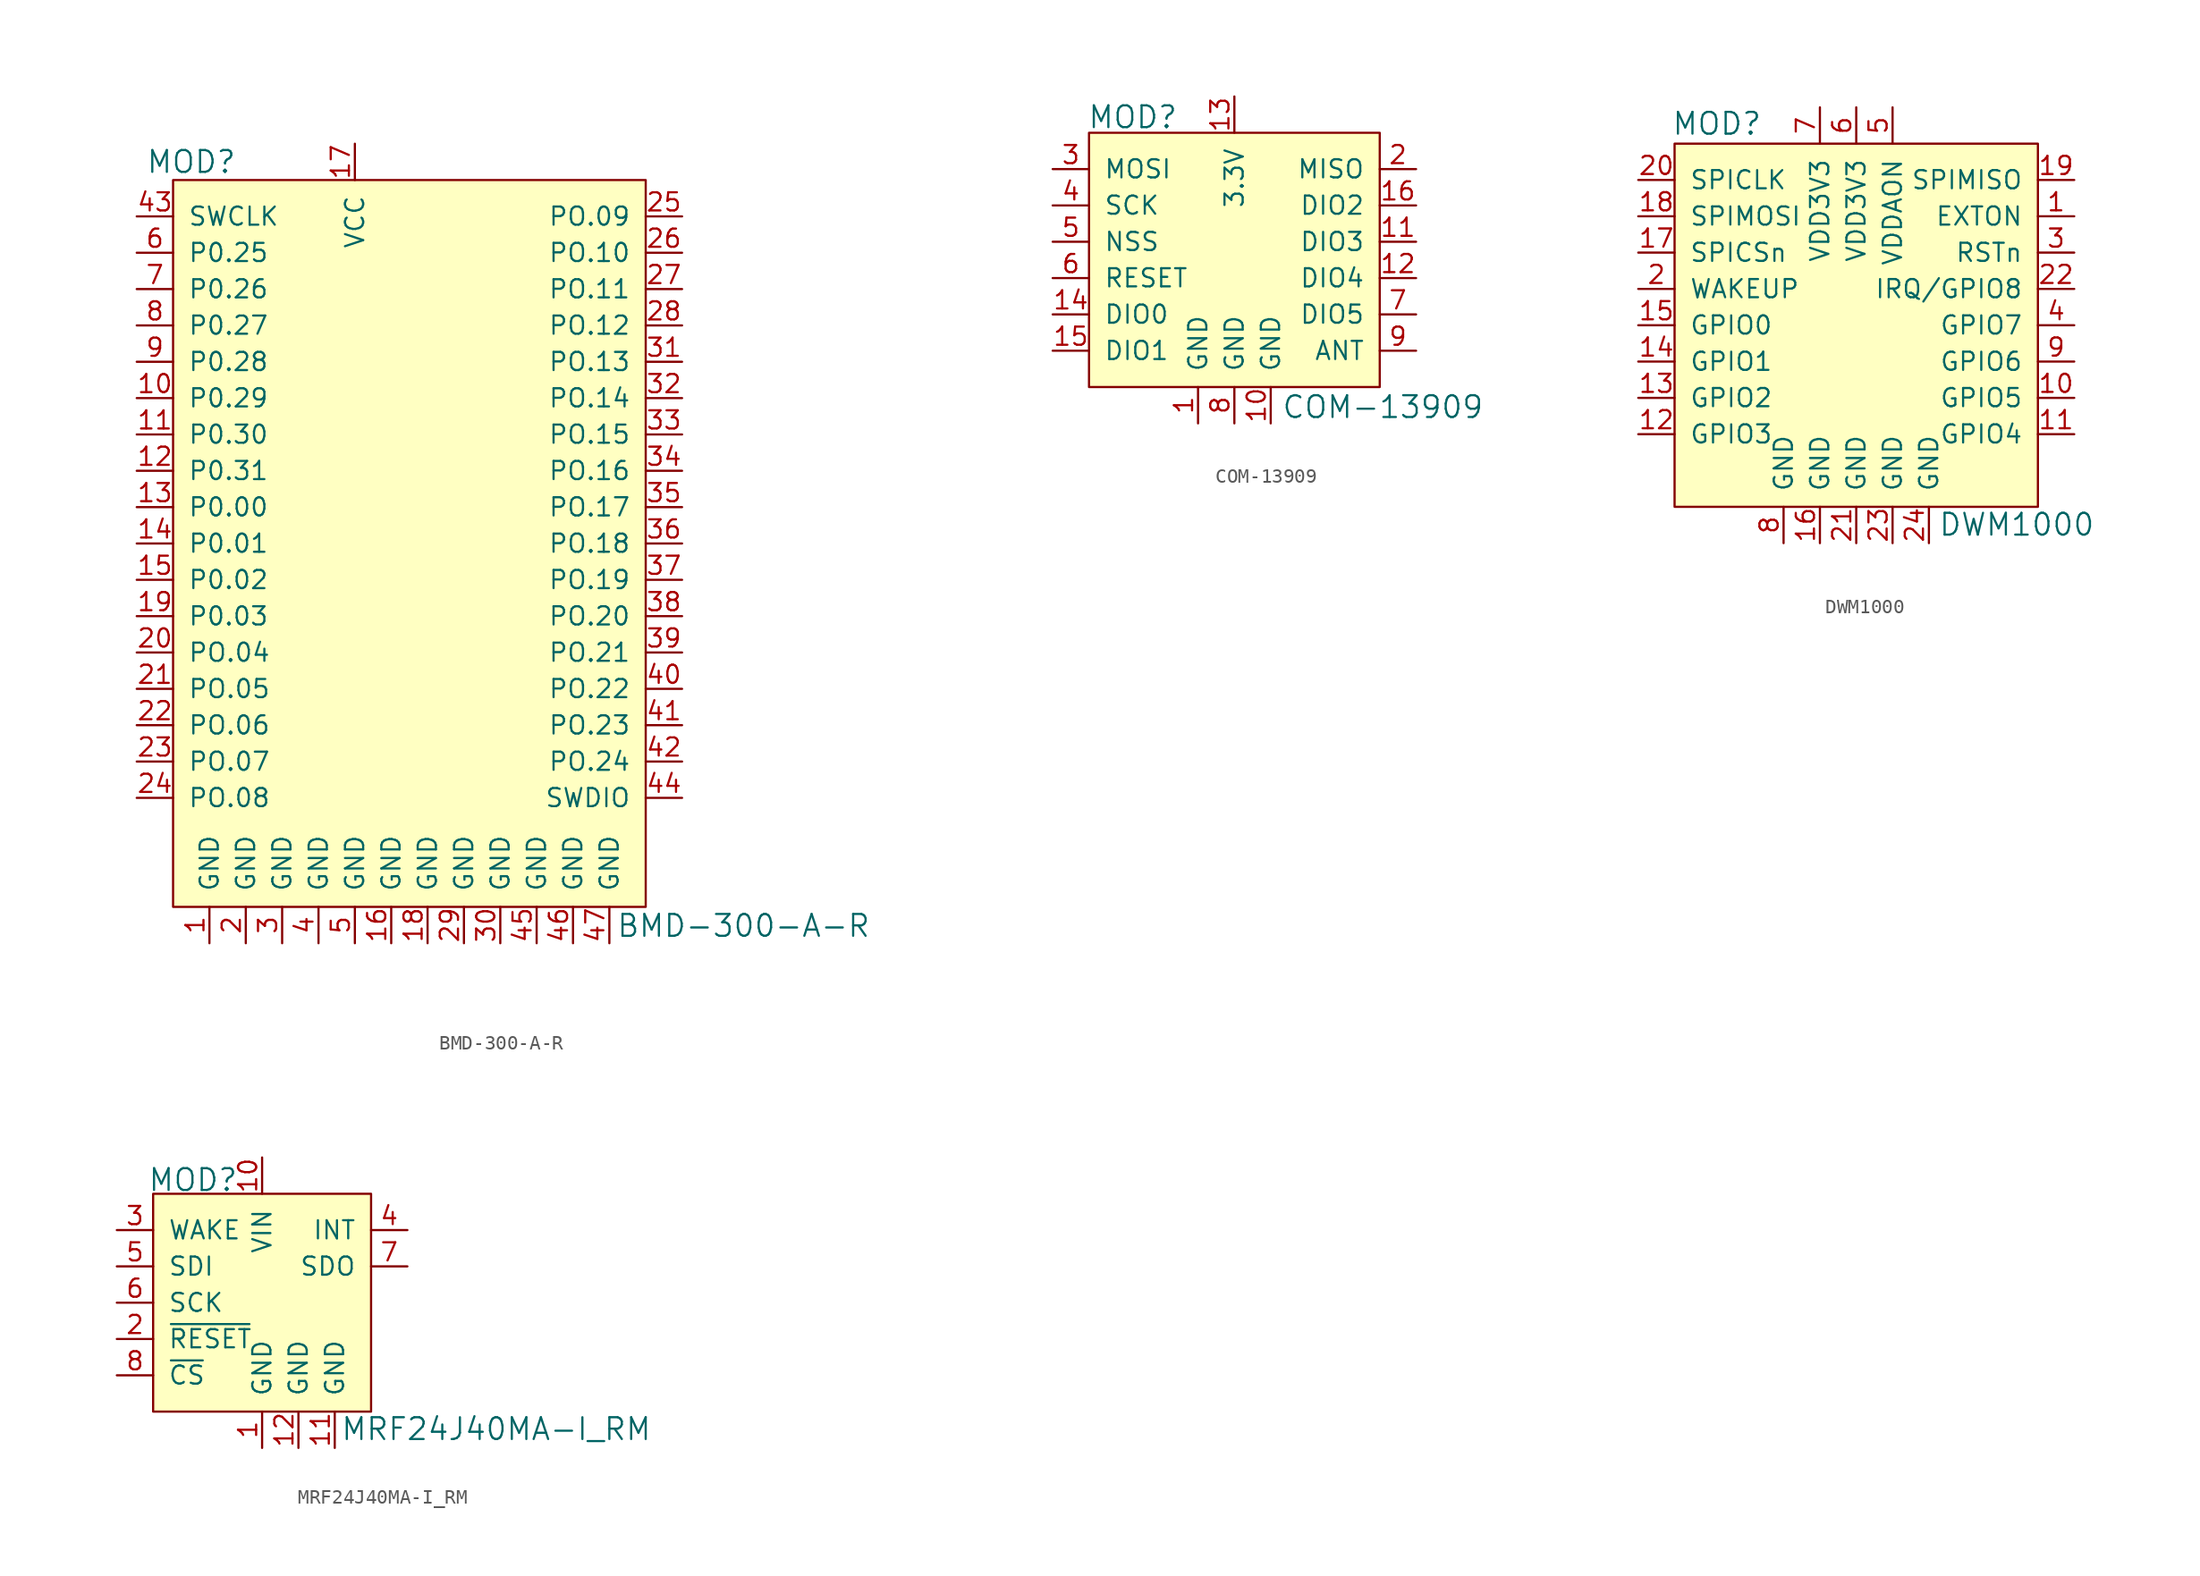
<source format=kicad_sym>
(kicad_symbol_lib
  (version 20211014)
  (generator kicad_symbol_editor)
  (symbol "BMD-300-A-R"
    (pin_names
      (offset 1.016))
    (property "Reference" "MOD"
      (at -13.97 29.21 0)
      (effects (font (size 1.524 1.524))))
    (property "Value" "BMD-300-A-R"
      (at 15.697 -24.181 0)
      (effects (font (size 1.524 1.524)) (justify left)))
    (symbol "BMD-300-A-R_0_1"
      (rectangle (start -15.24 27.94) (end 17.78 -22.86) (stroke (width 0) (type default) (color 0 0 0 0)) (fill (type background))))
    (symbol "BMD-300-A-R_1_1"
      (pin power_in line (at -12.7 -25.4 90) (length 2.54) (name "GND" (effects (font (size 1.27 1.27)))) (number "1" (effects (font (size 1.27 1.27)))))
      (pin bidirectional line (at -17.78 12.7 0) (length 2.54) (name "P0.29" (effects (font (size 1.27 1.27)))) (number "10" (effects (font (size 1.27 1.27)))))
      (pin bidirectional line (at -17.78 10.16 0) (length 2.54) (name "P0.30" (effects (font (size 1.27 1.27)))) (number "11" (effects (font (size 1.27 1.27)))))
      (pin bidirectional line (at -17.78 7.62 0) (length 2.54) (name "P0.31" (effects (font (size 1.27 1.27)))) (number "12" (effects (font (size 1.27 1.27)))))
      (pin bidirectional line (at -17.78 5.08 0) (length 2.54) (name "P0.00" (effects (font (size 1.27 1.27)))) (number "13" (effects (font (size 1.27 1.27)))))
      (pin bidirectional line (at -17.78 2.54 0) (length 2.54) (name "P0.01" (effects (font (size 1.27 1.27)))) (number "14" (effects (font (size 1.27 1.27)))))
      (pin bidirectional line (at -17.78 0 0) (length 2.54) (name "P0.02" (effects (font (size 1.27 1.27)))) (number "15" (effects (font (size 1.27 1.27)))))
      (pin power_in line (at 0 -25.4 90) (length 2.54) (name "GND" (effects (font (size 1.27 1.27)))) (number "16" (effects (font (size 1.27 1.27)))))
      (pin power_in line (at -2.54 30.48 270) (length 2.54) (name "VCC" (effects (font (size 1.27 1.27)))) (number "17" (effects (font (size 1.27 1.27)))))
      (pin power_in line (at 2.54 -25.4 90) (length 2.54) (name "GND" (effects (font (size 1.27 1.27)))) (number "18" (effects (font (size 1.27 1.27)))))
      (pin bidirectional line (at -17.78 -2.54 0) (length 2.54) (name "P0.03" (effects (font (size 1.27 1.27)))) (number "19" (effects (font (size 1.27 1.27)))))
      (pin power_in line (at -10.16 -25.4 90) (length 2.54) (name "GND" (effects (font (size 1.27 1.27)))) (number "2" (effects (font (size 1.27 1.27)))))
      (pin bidirectional line (at -17.78 -5.08 0) (length 2.54) (name "PO.04" (effects (font (size 1.27 1.27)))) (number "20" (effects (font (size 1.27 1.27)))))
      (pin bidirectional line (at -17.78 -7.62 0) (length 2.54) (name "PO.05" (effects (font (size 1.27 1.27)))) (number "21" (effects (font (size 1.27 1.27)))))
      (pin bidirectional line (at -17.78 -10.16 0) (length 2.54) (name "PO.06" (effects (font (size 1.27 1.27)))) (number "22" (effects (font (size 1.27 1.27)))))
      (pin bidirectional line (at -17.78 -12.7 0) (length 2.54) (name "PO.07" (effects (font (size 1.27 1.27)))) (number "23" (effects (font (size 1.27 1.27)))))
      (pin bidirectional line (at -17.78 -15.24 0) (length 2.54) (name "PO.08" (effects (font (size 1.27 1.27)))) (number "24" (effects (font (size 1.27 1.27)))))
      (pin bidirectional line (at 20.32 25.4 180) (length 2.54) (name "PO.09" (effects (font (size 1.27 1.27)))) (number "25" (effects (font (size 1.27 1.27)))))
      (pin bidirectional line (at 20.32 22.86 180) (length 2.54) (name "PO.10" (effects (font (size 1.27 1.27)))) (number "26" (effects (font (size 1.27 1.27)))))
      (pin bidirectional line (at 20.32 20.32 180) (length 2.54) (name "PO.11" (effects (font (size 1.27 1.27)))) (number "27" (effects (font (size 1.27 1.27)))))
      (pin bidirectional line (at 20.32 17.78 180) (length 2.54) (name "PO.12" (effects (font (size 1.27 1.27)))) (number "28" (effects (font (size 1.27 1.27)))))
      (pin power_in line (at 5.08 -25.4 90) (length 2.54) (name "GND" (effects (font (size 1.27 1.27)))) (number "29" (effects (font (size 1.27 1.27)))))
      (pin power_in line (at -7.62 -25.4 90) (length 2.54) (name "GND" (effects (font (size 1.27 1.27)))) (number "3" (effects (font (size 1.27 1.27)))))
      (pin power_in line (at 7.62 -25.4 90) (length 2.54) (name "GND" (effects (font (size 1.27 1.27)))) (number "30" (effects (font (size 1.27 1.27)))))
      (pin bidirectional line (at 20.32 15.24 180) (length 2.54) (name "PO.13" (effects (font (size 1.27 1.27)))) (number "31" (effects (font (size 1.27 1.27)))))
      (pin bidirectional line (at 20.32 12.7 180) (length 2.54) (name "PO.14" (effects (font (size 1.27 1.27)))) (number "32" (effects (font (size 1.27 1.27)))))
      (pin bidirectional line (at 20.32 10.16 180) (length 2.54) (name "PO.15" (effects (font (size 1.27 1.27)))) (number "33" (effects (font (size 1.27 1.27)))))
      (pin bidirectional line (at 20.32 7.62 180) (length 2.54) (name "PO.16" (effects (font (size 1.27 1.27)))) (number "34" (effects (font (size 1.27 1.27)))))
      (pin bidirectional line (at 20.32 5.08 180) (length 2.54) (name "PO.17" (effects (font (size 1.27 1.27)))) (number "35" (effects (font (size 1.27 1.27)))))
      (pin bidirectional line (at 20.32 2.54 180) (length 2.54) (name "PO.18" (effects (font (size 1.27 1.27)))) (number "36" (effects (font (size 1.27 1.27)))))
      (pin bidirectional line (at 20.32 0 180) (length 2.54) (name "PO.19" (effects (font (size 1.27 1.27)))) (number "37" (effects (font (size 1.27 1.27)))))
      (pin bidirectional line (at 20.32 -2.54 180) (length 2.54) (name "PO.20" (effects (font (size 1.27 1.27)))) (number "38" (effects (font (size 1.27 1.27)))))
      (pin bidirectional line (at 20.32 -5.08 180) (length 2.54) (name "PO.21" (effects (font (size 1.27 1.27)))) (number "39" (effects (font (size 1.27 1.27)))))
      (pin power_in line (at -5.08 -25.4 90) (length 2.54) (name "GND" (effects (font (size 1.27 1.27)))) (number "4" (effects (font (size 1.27 1.27)))))
      (pin bidirectional line (at 20.32 -7.62 180) (length 2.54) (name "PO.22" (effects (font (size 1.27 1.27)))) (number "40" (effects (font (size 1.27 1.27)))))
      (pin bidirectional line (at 20.32 -10.16 180) (length 2.54) (name "PO.23" (effects (font (size 1.27 1.27)))) (number "41" (effects (font (size 1.27 1.27)))))
      (pin bidirectional line (at 20.32 -12.7 180) (length 2.54) (name "PO.24" (effects (font (size 1.27 1.27)))) (number "42" (effects (font (size 1.27 1.27)))))
      (pin input line (at -17.78 25.4 0) (length 2.54) (name "SWCLK" (effects (font (size 1.27 1.27)))) (number "43" (effects (font (size 1.27 1.27)))))
      (pin bidirectional line (at 20.32 -15.24 180) (length 2.54) (name "SWDIO" (effects (font (size 1.27 1.27)))) (number "44" (effects (font (size 1.27 1.27)))))
      (pin power_in line (at 10.16 -25.4 90) (length 2.54) (name "GND" (effects (font (size 1.27 1.27)))) (number "45" (effects (font (size 1.27 1.27)))))
      (pin power_in line (at 12.7 -25.4 90) (length 2.54) (name "GND" (effects (font (size 1.27 1.27)))) (number "46" (effects (font (size 1.27 1.27)))))
      (pin power_in line (at 15.24 -25.4 90) (length 2.54) (name "GND" (effects (font (size 1.27 1.27)))) (number "47" (effects (font (size 1.27 1.27)))))
      (pin power_in line (at -2.54 -25.4 90) (length 2.54) (name "GND" (effects (font (size 1.27 1.27)))) (number "5" (effects (font (size 1.27 1.27)))))
      (pin bidirectional line (at -17.78 22.86 0) (length 2.54) (name "P0.25" (effects (font (size 1.27 1.27)))) (number "6" (effects (font (size 1.27 1.27)))))
      (pin bidirectional line (at -17.78 20.32 0) (length 2.54) (name "P0.26" (effects (font (size 1.27 1.27)))) (number "7" (effects (font (size 1.27 1.27)))))
      (pin bidirectional line (at -17.78 17.78 0) (length 2.54) (name "P0.27" (effects (font (size 1.27 1.27)))) (number "8" (effects (font (size 1.27 1.27)))))
      (pin bidirectional line (at -17.78 15.24 0) (length 2.54) (name "P0.28" (effects (font (size 1.27 1.27)))) (number "9" (effects (font (size 1.27 1.27)))))))
  (symbol "COM-13909"
    (pin_names
      (offset 1.016))
    (property "Reference" "MOD"
      (at -10.287 13.792 0)
      (effects (font (size 1.524 1.524)) (justify left)))
    (property "Value" "COM-13909"
      (at 3.277 -6.477 0)
      (effects (font (size 1.524 1.524)) (justify left)))
    (symbol "COM-13909_1_1"
      (rectangle (start -10.16 12.7) (end 10.16 -5.08) (stroke (width 0) (type default) (color 0 0 0 0)) (fill (type background)))
      (pin power_in line (at -2.54 -7.62 90) (length 2.54) (name "GND" (effects (font (size 1.27 1.27)))) (number "1" (effects (font (size 1.27 1.27)))))
      (pin power_in line (at 2.54 -7.62 90) (length 2.54) (name "GND" (effects (font (size 1.27 1.27)))) (number "10" (effects (font (size 1.27 1.27)))))
      (pin bidirectional line (at 12.7 5.08 180) (length 2.54) (name "DIO3" (effects (font (size 1.27 1.27)))) (number "11" (effects (font (size 1.27 1.27)))))
      (pin bidirectional line (at 12.7 2.54 180) (length 2.54) (name "DIO4" (effects (font (size 1.27 1.27)))) (number "12" (effects (font (size 1.27 1.27)))))
      (pin power_in line (at 0 15.24 270) (length 2.54) (name "3.3V" (effects (font (size 1.27 1.27)))) (number "13" (effects (font (size 1.27 1.27)))))
      (pin bidirectional line (at -12.7 0 0) (length 2.54) (name "DIO0" (effects (font (size 1.27 1.27)))) (number "14" (effects (font (size 1.27 1.27)))))
      (pin bidirectional line (at -12.7 -2.54 0) (length 2.54) (name "DIO1" (effects (font (size 1.27 1.27)))) (number "15" (effects (font (size 1.27 1.27)))))
      (pin bidirectional line (at 12.7 7.62 180) (length 2.54) (name "DIO2" (effects (font (size 1.27 1.27)))) (number "16" (effects (font (size 1.27 1.27)))))
      (pin output line (at 12.7 10.16 180) (length 2.54) (name "MISO" (effects (font (size 1.27 1.27)))) (number "2" (effects (font (size 1.27 1.27)))))
      (pin input line (at -12.7 10.16 0) (length 2.54) (name "MOSI" (effects (font (size 1.27 1.27)))) (number "3" (effects (font (size 1.27 1.27)))))
      (pin input line (at -12.7 7.62 0) (length 2.54) (name "SCK" (effects (font (size 1.27 1.27)))) (number "4" (effects (font (size 1.27 1.27)))))
      (pin input line (at -12.7 5.08 0) (length 2.54) (name "NSS" (effects (font (size 1.27 1.27)))) (number "5" (effects (font (size 1.27 1.27)))))
      (pin input line (at -12.7 2.54 0) (length 2.54) (name "RESET" (effects (font (size 1.27 1.27)))) (number "6" (effects (font (size 1.27 1.27)))))
      (pin bidirectional line (at 12.7 0 180) (length 2.54) (name "DIO5" (effects (font (size 1.27 1.27)))) (number "7" (effects (font (size 1.27 1.27)))))
      (pin power_in line (at 0 -7.62 90) (length 2.54) (name "GND" (effects (font (size 1.27 1.27)))) (number "8" (effects (font (size 1.27 1.27)))))
      (pin bidirectional line (at 12.7 -2.54 180) (length 2.54) (name "ANT" (effects (font (size 1.27 1.27)))) (number "9" (effects (font (size 1.27 1.27)))))))
  (symbol "DWM1000"
    (pin_names
      (offset 1.016))
    (property "Reference" "MOD"
      (at -12.929 21.717 0)
      (effects (font (size 1.524 1.524)) (justify left)))
    (property "Value" "DWM1000"
      (at 5.715 -6.325 0)
      (effects (font (size 1.524 1.524)) (justify left)))
    (symbol "DWM1000_0_1"
      (rectangle (start 12.7 20.32) (end -12.7 -5.08) (stroke (width 0) (type default) (color 0 0 0 0)) (fill (type background))))
    (symbol "DWM1000_1_1"
      (pin output line (at 15.24 15.24 180) (length 2.54) (name "EXTON" (effects (font (size 1.27 1.27)))) (number "1" (effects (font (size 1.27 1.27)))))
      (pin bidirectional line (at 15.24 2.54 180) (length 2.54) (name "GPIO5" (effects (font (size 1.27 1.27)))) (number "10" (effects (font (size 1.27 1.27)))))
      (pin bidirectional line (at 15.24 0 180) (length 2.54) (name "GPIO4" (effects (font (size 1.27 1.27)))) (number "11" (effects (font (size 1.27 1.27)))))
      (pin bidirectional line (at -15.24 0 0) (length 2.54) (name "GPIO3" (effects (font (size 1.27 1.27)))) (number "12" (effects (font (size 1.27 1.27)))))
      (pin bidirectional line (at -15.24 2.54 0) (length 2.54) (name "GPIO2" (effects (font (size 1.27 1.27)))) (number "13" (effects (font (size 1.27 1.27)))))
      (pin bidirectional line (at -15.24 5.08 0) (length 2.54) (name "GPIO1" (effects (font (size 1.27 1.27)))) (number "14" (effects (font (size 1.27 1.27)))))
      (pin bidirectional line (at -15.24 7.62 0) (length 2.54) (name "GPIO0" (effects (font (size 1.27 1.27)))) (number "15" (effects (font (size 1.27 1.27)))))
      (pin power_in line (at -2.54 -7.62 90) (length 2.54) (name "GND" (effects (font (size 1.27 1.27)))) (number "16" (effects (font (size 1.27 1.27)))))
      (pin input line (at -15.24 12.7 0) (length 2.54) (name "SPICSn" (effects (font (size 1.27 1.27)))) (number "17" (effects (font (size 1.27 1.27)))))
      (pin input line (at -15.24 15.24 0) (length 2.54) (name "SPIMOSI" (effects (font (size 1.27 1.27)))) (number "18" (effects (font (size 1.27 1.27)))))
      (pin output line (at 15.24 17.78 180) (length 2.54) (name "SPIMISO" (effects (font (size 1.27 1.27)))) (number "19" (effects (font (size 1.27 1.27)))))
      (pin input line (at -15.24 10.16 0) (length 2.54) (name "WAKEUP" (effects (font (size 1.27 1.27)))) (number "2" (effects (font (size 1.27 1.27)))))
      (pin input line (at -15.24 17.78 0) (length 2.54) (name "SPICLK" (effects (font (size 1.27 1.27)))) (number "20" (effects (font (size 1.27 1.27)))))
      (pin power_in line (at 0 -7.62 90) (length 2.54) (name "GND" (effects (font (size 1.27 1.27)))) (number "21" (effects (font (size 1.27 1.27)))))
      (pin bidirectional line (at 15.24 10.16 180) (length 2.54) (name "IRQ/GPIO8" (effects (font (size 1.27 1.27)))) (number "22" (effects (font (size 1.27 1.27)))))
      (pin power_in line (at 2.54 -7.62 90) (length 2.54) (name "GND" (effects (font (size 1.27 1.27)))) (number "23" (effects (font (size 1.27 1.27)))))
      (pin power_in line (at 5.08 -7.62 90) (length 2.54) (name "GND" (effects (font (size 1.27 1.27)))) (number "24" (effects (font (size 1.27 1.27)))))
      (pin output line (at 15.24 12.7 180) (length 2.54) (name "RSTn" (effects (font (size 1.27 1.27)))) (number "3" (effects (font (size 1.27 1.27)))))
      (pin bidirectional line (at 15.24 7.62 180) (length 2.54) (name "GPIO7" (effects (font (size 1.27 1.27)))) (number "4" (effects (font (size 1.27 1.27)))))
      (pin power_in line (at 2.54 22.86 270) (length 2.54) (name "VDDAON" (effects (font (size 1.27 1.27)))) (number "5" (effects (font (size 1.27 1.27)))))
      (pin power_in line (at 0 22.86 270) (length 2.54) (name "VDD3V3" (effects (font (size 1.27 1.27)))) (number "6" (effects (font (size 1.27 1.27)))))
      (pin power_in line (at -2.54 22.86 270) (length 2.54) (name "VDD3V3" (effects (font (size 1.27 1.27)))) (number "7" (effects (font (size 1.27 1.27)))))
      (pin power_in line (at -5.08 -7.62 90) (length 2.54) (name "GND" (effects (font (size 1.27 1.27)))) (number "8" (effects (font (size 1.27 1.27)))))
      (pin bidirectional line (at 15.24 5.08 180) (length 2.54) (name "GPIO6" (effects (font (size 1.27 1.27)))) (number "9" (effects (font (size 1.27 1.27)))))))
  (symbol "MRF24J40MA-I_RM"
    (pin_names
      (offset 1.016))
    (property "Reference" "MOD"
      (at -1.651 8.585 0)
      (effects (font (size 1.524 1.524)) (justify right)))
    (property "Value" "MRF24J40MA-I_RM"
      (at 5.461 -8.839 0)
      (effects (font (size 1.524 1.524)) (justify left)))
    (symbol "MRF24J40MA-I_RM_0_1"
      (rectangle (start -7.62 7.62) (end 7.62 -7.62) (stroke (width 0) (type default) (color 0 0 0 0)) (fill (type background))))
    (symbol "MRF24J40MA-I_RM_1_1"
      (pin power_in line (at 0 -10.16 90) (length 2.54) (name "GND" (effects (font (size 1.27 1.27)))) (number "1" (effects (font (size 1.27 1.27)))))
      (pin power_in line (at 0 10.16 270) (length 2.54) (name "VIN" (effects (font (size 1.27 1.27)))) (number "10" (effects (font (size 1.27 1.27)))))
      (pin power_in line (at 5.08 -10.16 90) (length 2.54) (name "GND" (effects (font (size 1.27 1.27)))) (number "11" (effects (font (size 1.27 1.27)))))
      (pin power_in line (at 2.54 -10.16 90) (length 2.54) (name "GND" (effects (font (size 1.27 1.27)))) (number "12" (effects (font (size 1.27 1.27)))))
      (pin input line (at -10.16 -2.54 0) (length 2.54) (name "~{RESET}" (effects (font (size 1.27 1.27)))) (number "2" (effects (font (size 1.27 1.27)))))
      (pin input line (at -10.16 5.08 0) (length 2.54) (name "WAKE" (effects (font (size 1.27 1.27)))) (number "3" (effects (font (size 1.27 1.27)))))
      (pin output line (at 10.16 5.08 180) (length 2.54) (name "INT" (effects (font (size 1.27 1.27)))) (number "4" (effects (font (size 1.27 1.27)))))
      (pin input line (at -10.16 2.54 0) (length 2.54) (name "SDI" (effects (font (size 1.27 1.27)))) (number "5" (effects (font (size 1.27 1.27)))))
      (pin input line (at -10.16 0 0) (length 2.54) (name "SCK" (effects (font (size 1.27 1.27)))) (number "6" (effects (font (size 1.27 1.27)))))
      (pin output line (at 10.16 2.54 180) (length 2.54) (name "SDO" (effects (font (size 1.27 1.27)))) (number "7" (effects (font (size 1.27 1.27)))))
      (pin input line (at -10.16 -5.08 0) (length 2.54) (name "~{CS}" (effects (font (size 1.27 1.27)))) (number "8" (effects (font (size 1.27 1.27)))))
      (pin no_connect line (at 7.62 0 180) (length 2.54) hide (name "NC" (effects (font (size 1.27 1.27)))) (number "9" (effects (font (size 1.27 1.27))))))))
</source>
